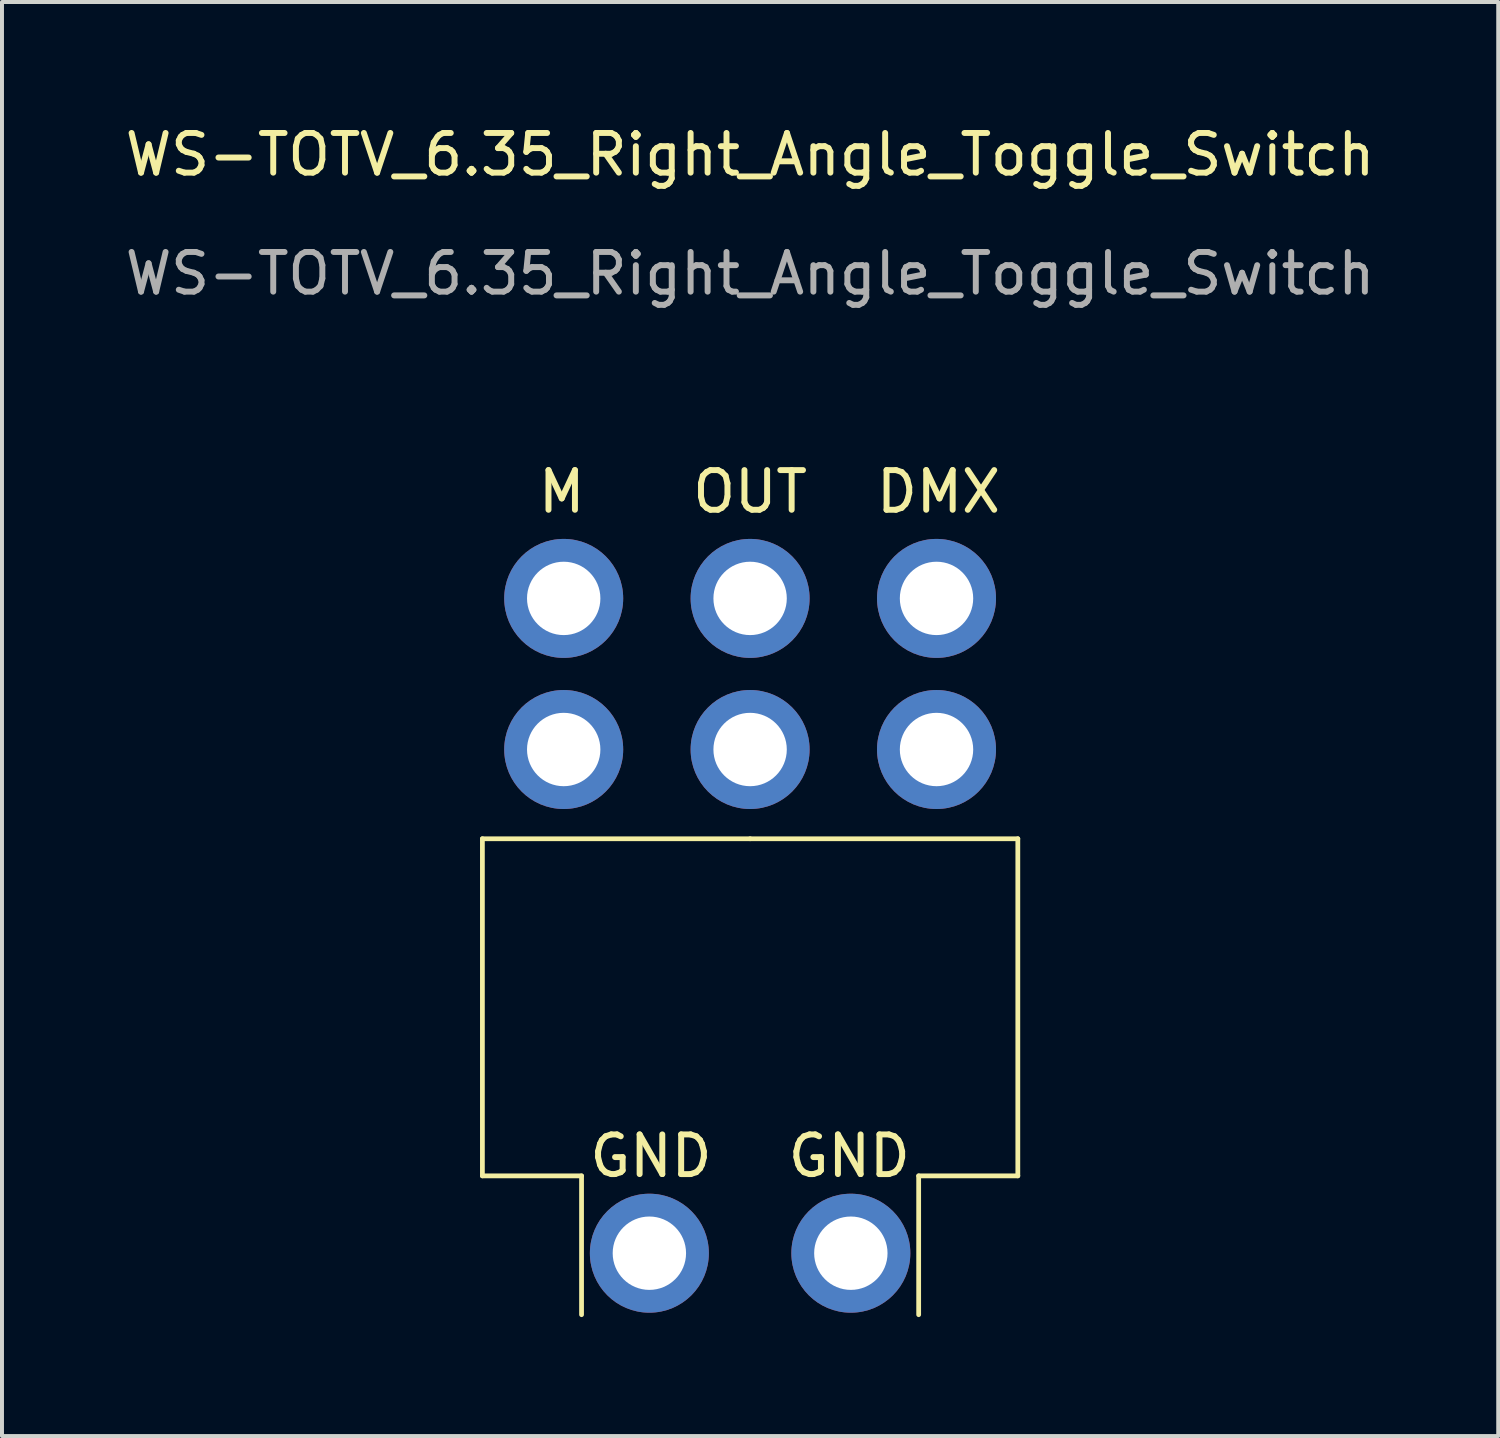
<source format=kicad_pcb>
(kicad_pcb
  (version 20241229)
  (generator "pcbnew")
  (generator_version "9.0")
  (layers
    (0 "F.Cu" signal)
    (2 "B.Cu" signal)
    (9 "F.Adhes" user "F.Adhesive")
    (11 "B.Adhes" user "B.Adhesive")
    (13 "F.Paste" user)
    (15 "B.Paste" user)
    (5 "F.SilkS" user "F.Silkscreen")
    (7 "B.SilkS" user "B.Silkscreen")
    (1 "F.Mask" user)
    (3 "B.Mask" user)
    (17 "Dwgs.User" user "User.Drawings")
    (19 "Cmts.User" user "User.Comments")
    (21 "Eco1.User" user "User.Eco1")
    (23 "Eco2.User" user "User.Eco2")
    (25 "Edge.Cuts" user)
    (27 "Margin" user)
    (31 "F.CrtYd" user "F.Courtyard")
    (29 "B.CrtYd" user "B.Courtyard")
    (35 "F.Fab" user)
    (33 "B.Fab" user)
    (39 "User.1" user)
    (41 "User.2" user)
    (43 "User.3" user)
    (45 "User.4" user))
  (footprint "WS-TOTV_6.35_Right_Angle_Toggle_Switch"
    (layer "F.Cu")
    (at 15.863 15.848)
    (property "Reference" "WS-TOTV_6.35_Right_Angle_Toggle_Switch" (at 0 -15 0) (unlocked yes) (layer "F.SilkS") (effects (font (size 1 1) (thickness 0.15))))
    (attr through_hole)
    (fp_line (start -6.75 2.25) (end 0 2.25) (stroke (width 0.12) (type solid)) (layer "F.SilkS"))
    (fp_line (start -6.75 10.75) (end -6.75 2.25) (stroke (width 0.12) (type solid)) (layer "F.SilkS"))
    (fp_line (start -4.25 10.75) (end -6.75 10.75) (stroke (width 0.12) (type solid)) (layer "F.SilkS"))
    (fp_line (start -4.25 14.25) (end -4.25 10.75) (stroke (width 0.12) (type solid)) (layer "F.SilkS"))
    (fp_line (start 4.25 10.75) (end 6.75 10.75) (stroke (width 0.12) (type solid)) (layer "F.SilkS"))
    (fp_line (start 4.25 14.25) (end 4.25 10.75) (stroke (width 0.12) (type solid)) (layer "F.SilkS"))
    (fp_line (start 6.75 2.25) (end 0 2.25) (stroke (width 0.12) (type solid)) (layer "F.SilkS"))
    (fp_line (start 6.75 10.75) (end 6.75 2.25) (stroke (width 0.12) (type solid)) (layer "F.SilkS"))
    (fp_text user "DMX" (at 4.75 -6.5 0) (unlocked yes) (layer "F.SilkS") (effects (font (size 1 1) (thickness 0.15))))
    (fp_text user "GND" (at -2.5 10.25 0) (unlocked yes) (layer "F.SilkS") (effects (font (size 1 1) (thickness 0.15))))
    (fp_text user "GND" (at 2.5 10.25 0) (unlocked yes) (layer "F.SilkS") (effects (font (size 1 1) (thickness 0.15))))
    (fp_text user "OUT" (at 0 -6.5 0) (unlocked yes) (layer "F.SilkS") (effects (font (size 1 1) (thickness 0.15))))
    (fp_text user "M" (at -4.75 -6.5 0) (unlocked yes) (layer "F.SilkS") (effects (font (size 1 1) (thickness 0.15))))
    (fp_text user "${REFERENCE}" (at 0 -12 0) (unlocked yes) (layer "F.Fab") (effects (font (size 1 1) (thickness 0.15))))
    (pad "" thru_hole circle (at -4.7 0) (size 3 3) (drill 1.85) (layers "*.Cu" "*.Mask"))
    (pad "" thru_hole circle (at 0 0) (size 3 3) (drill 1.85) (layers "*.Cu" "*.Mask"))
    (pad "" thru_hole circle (at 4.7 0) (size 3 3) (drill 1.85) (layers "*.Cu" "*.Mask"))
    (pad "1" thru_hole circle (at 4.7 -3.81) (size 3 3) (drill 1.85) (layers "*.Cu" "*.Mask"))
    (pad "2" thru_hole circle (at 0 -3.81) (size 3 3) (drill 1.85) (layers "*.Cu" "*.Mask"))
    (pad "3" thru_hole circle (at -4.7 -3.81) (size 3 3) (drill 1.85) (layers "*.Cu" "*.Mask"))
    (pad "gnd" thru_hole circle (at -2.54 12.7) (size 3 3) (drill 1.85) (layers "*.Cu" "*.Mask"))
    (pad "gnd" thru_hole circle (at 2.54 12.7) (size 3 3) (drill 1.85) (layers "*.Cu" "*.Mask")))
  (gr_rect
    (start -3 -3)
    (end 34.726 33.158)
    (stroke (width 0.1) (type default))
    (fill no)
    (layer "Edge.Cuts")))
</source>
